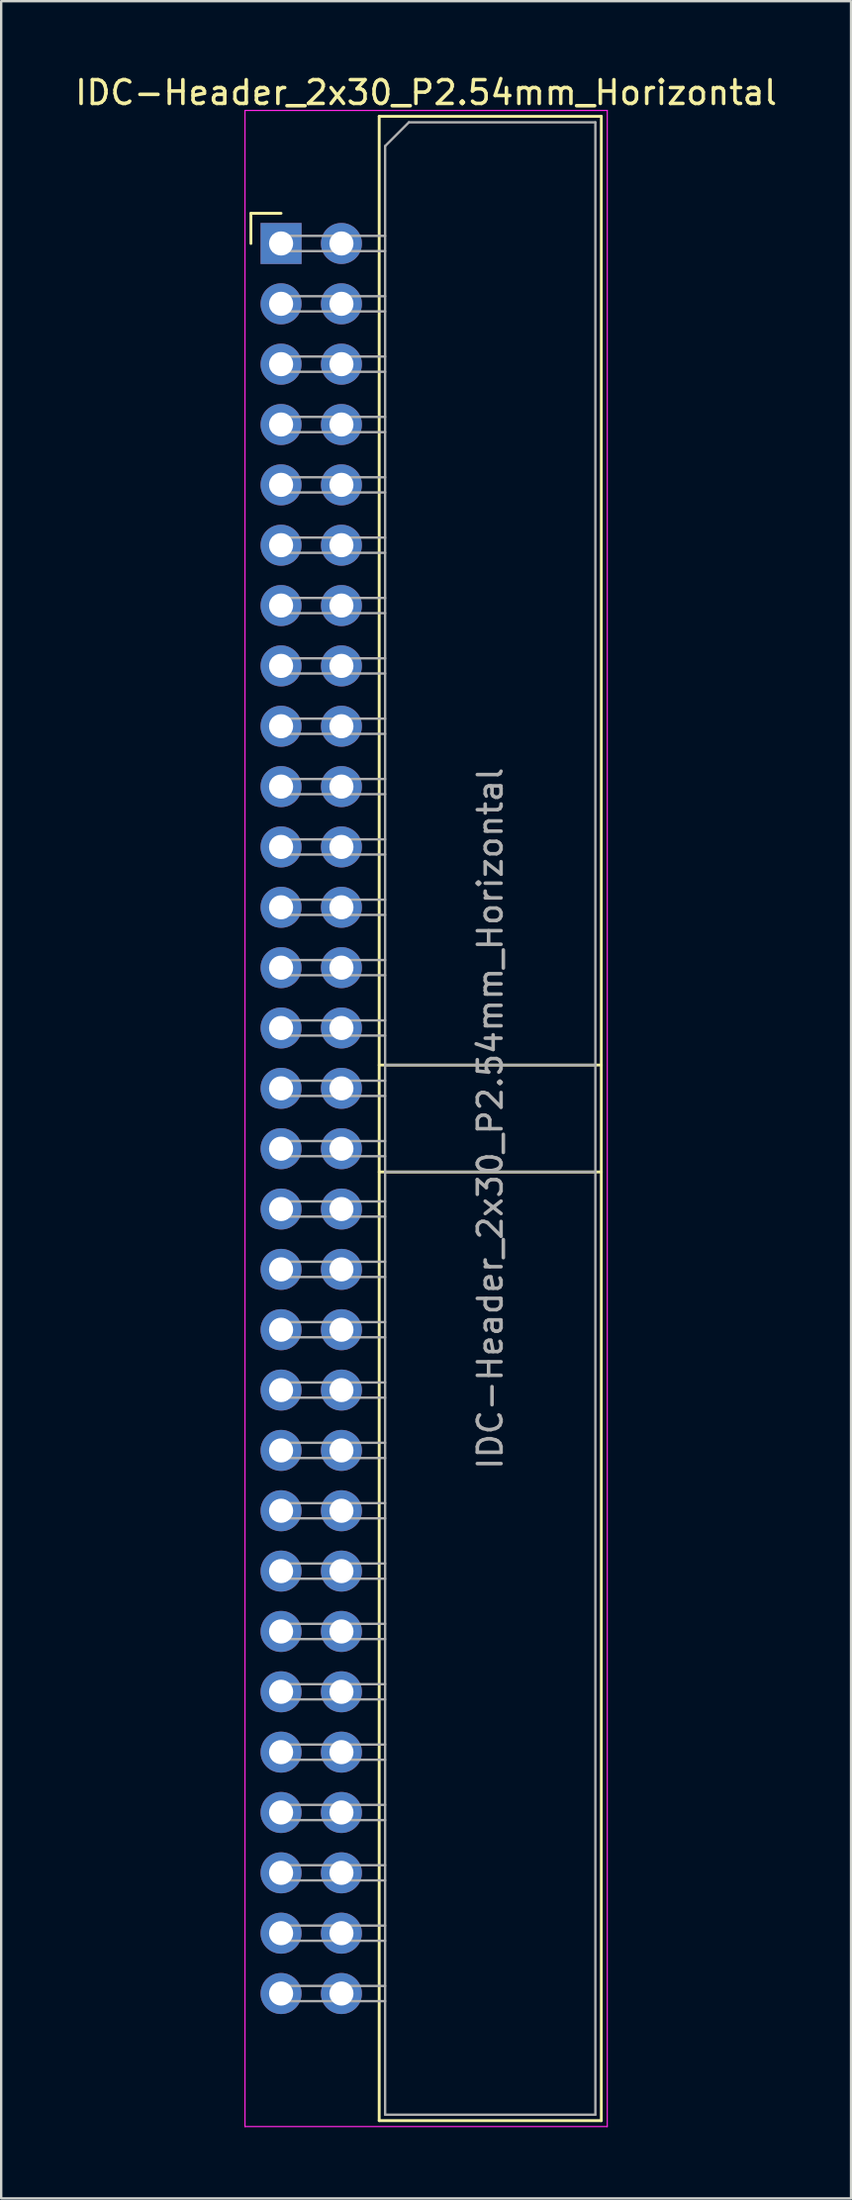
<source format=kicad_pcb>
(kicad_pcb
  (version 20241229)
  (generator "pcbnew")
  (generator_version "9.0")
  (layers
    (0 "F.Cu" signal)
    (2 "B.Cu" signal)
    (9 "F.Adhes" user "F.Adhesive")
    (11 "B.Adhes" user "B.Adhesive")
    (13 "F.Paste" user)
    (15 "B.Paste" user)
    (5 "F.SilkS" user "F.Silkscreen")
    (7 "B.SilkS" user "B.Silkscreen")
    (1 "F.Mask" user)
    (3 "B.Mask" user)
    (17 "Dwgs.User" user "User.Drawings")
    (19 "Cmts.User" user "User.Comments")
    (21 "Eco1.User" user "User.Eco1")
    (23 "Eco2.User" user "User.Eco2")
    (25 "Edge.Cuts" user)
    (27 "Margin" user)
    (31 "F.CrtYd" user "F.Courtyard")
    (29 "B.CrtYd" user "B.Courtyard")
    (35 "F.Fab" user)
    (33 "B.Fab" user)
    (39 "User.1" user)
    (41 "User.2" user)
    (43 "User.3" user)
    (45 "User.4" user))
  (footprint "IDC-Header_2x30_P2.54mm_Horizontal"
    (layer "F.Cu")
    (at 8.782 7.198)
    (property "Reference" "IDC-Header_2x30_P2.54mm_Horizontal" (at 6.105 -6.35 0) (layer "F.SilkS") (effects (font (size 1 1) (thickness 0.15))))
    (attr through_hole)
    (fp_line (start -1.27 -1.27) (end -1.27 0) (stroke (width 0.12) (type solid)) (layer "F.SilkS"))
    (fp_line (start 0 -1.27) (end -1.27 -1.27) (stroke (width 0.12) (type solid)) (layer "F.SilkS"))
    (fp_line (start 4.13 -5.35) (end 13.48 -5.35) (stroke (width 0.12) (type solid)) (layer "F.SilkS"))
    (fp_line (start 4.13 34.58) (end 13.48 34.58) (stroke (width 0.12) (type solid)) (layer "F.SilkS"))
    (fp_line (start 4.13 39.08) (end 13.48 39.08) (stroke (width 0.12) (type solid)) (layer "F.SilkS"))
    (fp_line (start 4.13 79.01) (end 4.13 -5.35) (stroke (width 0.12) (type solid)) (layer "F.SilkS"))
    (fp_line (start 4.13 79.01) (end 13.48 79.01) (stroke (width 0.12) (type solid)) (layer "F.SilkS"))
    (fp_line (start 13.48 -5.35) (end 13.48 79.01) (stroke (width 0.12) (type solid)) (layer "F.SilkS"))
    (fp_line (start -1.52 -5.6) (end 13.73 -5.6) (stroke (width 0.05) (type solid)) (layer "F.CrtYd"))
    (fp_line (start -1.52 79.26) (end -1.52 -5.6) (stroke (width 0.05) (type solid)) (layer "F.CrtYd"))
    (fp_line (start 13.73 -5.6) (end 13.73 79.26) (stroke (width 0.05) (type solid)) (layer "F.CrtYd"))
    (fp_line (start 13.73 79.26) (end -1.52 79.26) (stroke (width 0.05) (type solid)) (layer "F.CrtYd"))
    (fp_line (start -0.32 -0.32) (end -0.32 0.32) (stroke (width 0.1) (type solid)) (layer "F.Fab"))
    (fp_line (start -0.32 0.32) (end 4.38 0.32) (stroke (width 0.1) (type solid)) (layer "F.Fab"))
    (fp_line (start -0.32 2.22) (end -0.32 2.86) (stroke (width 0.1) (type solid)) (layer "F.Fab"))
    (fp_line (start -0.32 2.86) (end 4.38 2.86) (stroke (width 0.1) (type solid)) (layer "F.Fab"))
    (fp_line (start -0.32 4.76) (end -0.32 5.4) (stroke (width 0.1) (type solid)) (layer "F.Fab"))
    (fp_line (start -0.32 5.4) (end 4.38 5.4) (stroke (width 0.1) (type solid)) (layer "F.Fab"))
    (fp_line (start -0.32 7.3) (end -0.32 7.94) (stroke (width 0.1) (type solid)) (layer "F.Fab"))
    (fp_line (start -0.32 7.94) (end 4.38 7.94) (stroke (width 0.1) (type solid)) (layer "F.Fab"))
    (fp_line (start -0.32 9.84) (end -0.32 10.48) (stroke (width 0.1) (type solid)) (layer "F.Fab"))
    (fp_line (start -0.32 10.48) (end 4.38 10.48) (stroke (width 0.1) (type solid)) (layer "F.Fab"))
    (fp_line (start -0.32 12.38) (end -0.32 13.02) (stroke (width 0.1) (type solid)) (layer "F.Fab"))
    (fp_line (start -0.32 13.02) (end 4.38 13.02) (stroke (width 0.1) (type solid)) (layer "F.Fab"))
    (fp_line (start -0.32 14.92) (end -0.32 15.56) (stroke (width 0.1) (type solid)) (layer "F.Fab"))
    (fp_line (start -0.32 15.56) (end 4.38 15.56) (stroke (width 0.1) (type solid)) (layer "F.Fab"))
    (fp_line (start -0.32 17.46) (end -0.32 18.1) (stroke (width 0.1) (type solid)) (layer "F.Fab"))
    (fp_line (start -0.32 18.1) (end 4.38 18.1) (stroke (width 0.1) (type solid)) (layer "F.Fab"))
    (fp_line (start -0.32 20) (end -0.32 20.64) (stroke (width 0.1) (type solid)) (layer "F.Fab"))
    (fp_line (start -0.32 20.64) (end 4.38 20.64) (stroke (width 0.1) (type solid)) (layer "F.Fab"))
    (fp_line (start -0.32 22.54) (end -0.32 23.18) (stroke (width 0.1) (type solid)) (layer "F.Fab"))
    (fp_line (start -0.32 23.18) (end 4.38 23.18) (stroke (width 0.1) (type solid)) (layer "F.Fab"))
    (fp_line (start -0.32 25.08) (end -0.32 25.72) (stroke (width 0.1) (type solid)) (layer "F.Fab"))
    (fp_line (start -0.32 25.72) (end 4.38 25.72) (stroke (width 0.1) (type solid)) (layer "F.Fab"))
    (fp_line (start -0.32 27.62) (end -0.32 28.26) (stroke (width 0.1) (type solid)) (layer "F.Fab"))
    (fp_line (start -0.32 28.26) (end 4.38 28.26) (stroke (width 0.1) (type solid)) (layer "F.Fab"))
    (fp_line (start -0.32 30.16) (end -0.32 30.8) (stroke (width 0.1) (type solid)) (layer "F.Fab"))
    (fp_line (start -0.32 30.8) (end 4.38 30.8) (stroke (width 0.1) (type solid)) (layer "F.Fab"))
    (fp_line (start -0.32 32.7) (end -0.32 33.34) (stroke (width 0.1) (type solid)) (layer "F.Fab"))
    (fp_line (start -0.32 33.34) (end 4.38 33.34) (stroke (width 0.1) (type solid)) (layer "F.Fab"))
    (fp_line (start -0.32 35.24) (end -0.32 35.88) (stroke (width 0.1) (type solid)) (layer "F.Fab"))
    (fp_line (start -0.32 35.88) (end 4.38 35.88) (stroke (width 0.1) (type solid)) (layer "F.Fab"))
    (fp_line (start -0.32 37.78) (end -0.32 38.42) (stroke (width 0.1) (type solid)) (layer "F.Fab"))
    (fp_line (start -0.32 38.42) (end 4.38 38.42) (stroke (width 0.1) (type solid)) (layer "F.Fab"))
    (fp_line (start -0.32 40.32) (end -0.32 40.96) (stroke (width 0.1) (type solid)) (layer "F.Fab"))
    (fp_line (start -0.32 40.32) (end -0.32 40.96) (stroke (width 0.1) (type solid)) (layer "F.Fab"))
    (fp_line (start -0.32 40.96) (end 4.38 40.96) (stroke (width 0.1) (type solid)) (layer "F.Fab"))
    (fp_line (start -0.32 42.86) (end -0.32 43.5) (stroke (width 0.1) (type solid)) (layer "F.Fab"))
    (fp_line (start -0.32 42.86) (end -0.32 43.5) (stroke (width 0.1) (type solid)) (layer "F.Fab"))
    (fp_line (start -0.32 43.5) (end 4.38 43.5) (stroke (width 0.1) (type solid)) (layer "F.Fab"))
    (fp_line (start -0.32 45.4) (end -0.32 46.04) (stroke (width 0.1) (type solid)) (layer "F.Fab"))
    (fp_line (start -0.32 45.4) (end -0.32 46.04) (stroke (width 0.1) (type solid)) (layer "F.Fab"))
    (fp_line (start -0.32 46.04) (end 4.38 46.04) (stroke (width 0.1) (type solid)) (layer "F.Fab"))
    (fp_line (start -0.32 47.94) (end -0.32 48.58) (stroke (width 0.1) (type solid)) (layer "F.Fab"))
    (fp_line (start -0.32 47.94) (end -0.32 48.58) (stroke (width 0.1) (type solid)) (layer "F.Fab"))
    (fp_line (start -0.32 48.58) (end 4.38 48.58) (stroke (width 0.1) (type solid)) (layer "F.Fab"))
    (fp_line (start -0.32 50.48) (end -0.32 51.12) (stroke (width 0.1) (type solid)) (layer "F.Fab"))
    (fp_line (start -0.32 50.48) (end -0.32 51.12) (stroke (width 0.1) (type solid)) (layer "F.Fab"))
    (fp_line (start -0.32 51.12) (end 4.38 51.12) (stroke (width 0.1) (type solid)) (layer "F.Fab"))
    (fp_line (start -0.32 53.02) (end -0.32 53.66) (stroke (width 0.1) (type solid)) (layer "F.Fab"))
    (fp_line (start -0.32 53.02) (end -0.32 53.66) (stroke (width 0.1) (type solid)) (layer "F.Fab"))
    (fp_line (start -0.32 53.66) (end 4.38 53.66) (stroke (width 0.1) (type solid)) (layer "F.Fab"))
    (fp_line (start -0.32 55.56) (end -0.32 56.2) (stroke (width 0.1) (type solid)) (layer "F.Fab"))
    (fp_line (start -0.32 55.56) (end -0.32 56.2) (stroke (width 0.1) (type solid)) (layer "F.Fab"))
    (fp_line (start -0.32 56.2) (end 4.38 56.2) (stroke (width 0.1) (type solid)) (layer "F.Fab"))
    (fp_line (start -0.32 58.1) (end -0.32 58.74) (stroke (width 0.1) (type solid)) (layer "F.Fab"))
    (fp_line (start -0.32 58.1) (end -0.32 58.74) (stroke (width 0.1) (type solid)) (layer "F.Fab"))
    (fp_line (start -0.32 58.74) (end 4.38 58.74) (stroke (width 0.1) (type solid)) (layer "F.Fab"))
    (fp_line (start -0.32 60.64) (end -0.32 61.28) (stroke (width 0.1) (type solid)) (layer "F.Fab"))
    (fp_line (start -0.32 60.64) (end -0.32 61.28) (stroke (width 0.1) (type solid)) (layer "F.Fab"))
    (fp_line (start -0.32 61.28) (end 4.38 61.28) (stroke (width 0.1) (type solid)) (layer "F.Fab"))
    (fp_line (start -0.32 63.18) (end -0.32 63.82) (stroke (width 0.1) (type solid)) (layer "F.Fab"))
    (fp_line (start -0.32 63.18) (end -0.32 63.82) (stroke (width 0.1) (type solid)) (layer "F.Fab"))
    (fp_line (start -0.32 63.82) (end 4.38 63.82) (stroke (width 0.1) (type solid)) (layer "F.Fab"))
    (fp_line (start -0.32 65.72) (end -0.32 66.36) (stroke (width 0.1) (type solid)) (layer "F.Fab"))
    (fp_line (start -0.32 65.72) (end -0.32 66.36) (stroke (width 0.1) (type solid)) (layer "F.Fab"))
    (fp_line (start -0.32 66.36) (end 4.38 66.36) (stroke (width 0.1) (type solid)) (layer "F.Fab"))
    (fp_line (start -0.32 68.26) (end -0.32 68.9) (stroke (width 0.1) (type solid)) (layer "F.Fab"))
    (fp_line (start -0.32 68.26) (end -0.32 68.9) (stroke (width 0.1) (type solid)) (layer "F.Fab"))
    (fp_line (start -0.32 68.9) (end 4.38 68.9) (stroke (width 0.1) (type solid)) (layer "F.Fab"))
    (fp_line (start -0.32 70.8) (end -0.32 71.44) (stroke (width 0.1) (type solid)) (layer "F.Fab"))
    (fp_line (start -0.32 70.8) (end -0.32 71.44) (stroke (width 0.1) (type solid)) (layer "F.Fab"))
    (fp_line (start -0.32 71.44) (end 4.38 71.44) (stroke (width 0.1) (type solid)) (layer "F.Fab"))
    (fp_line (start -0.32 73.34) (end -0.32 73.98) (stroke (width 0.1) (type solid)) (layer "F.Fab"))
    (fp_line (start -0.32 73.34) (end -0.32 73.98) (stroke (width 0.1) (type solid)) (layer "F.Fab"))
    (fp_line (start -0.32 73.98) (end 4.38 73.98) (stroke (width 0.1) (type solid)) (layer "F.Fab"))
    (fp_line (start 4.38 -4.1) (end 5.38 -5.1) (stroke (width 0.1) (type solid)) (layer "F.Fab"))
    (fp_line (start 4.38 -0.32) (end -0.32 -0.32) (stroke (width 0.1) (type solid)) (layer "F.Fab"))
    (fp_line (start 4.38 2.22) (end -0.32 2.22) (stroke (width 0.1) (type solid)) (layer "F.Fab"))
    (fp_line (start 4.38 4.76) (end -0.32 4.76) (stroke (width 0.1) (type solid)) (layer "F.Fab"))
    (fp_line (start 4.38 7.3) (end -0.32 7.3) (stroke (width 0.1) (type solid)) (layer "F.Fab"))
    (fp_line (start 4.38 9.84) (end -0.32 9.84) (stroke (width 0.1) (type solid)) (layer "F.Fab"))
    (fp_line (start 4.38 12.38) (end -0.32 12.38) (stroke (width 0.1) (type solid)) (layer "F.Fab"))
    (fp_line (start 4.38 14.92) (end -0.32 14.92) (stroke (width 0.1) (type solid)) (layer "F.Fab"))
    (fp_line (start 4.38 17.46) (end -0.32 17.46) (stroke (width 0.1) (type solid)) (layer "F.Fab"))
    (fp_line (start 4.38 20) (end -0.32 20) (stroke (width 0.1) (type solid)) (layer "F.Fab"))
    (fp_line (start 4.38 22.54) (end -0.32 22.54) (stroke (width 0.1) (type solid)) (layer "F.Fab"))
    (fp_line (start 4.38 25.08) (end -0.32 25.08) (stroke (width 0.1) (type solid)) (layer "F.Fab"))
    (fp_line (start 4.38 27.62) (end -0.32 27.62) (stroke (width 0.1) (type solid)) (layer "F.Fab"))
    (fp_line (start 4.38 30.16) (end -0.32 30.16) (stroke (width 0.1) (type solid)) (layer "F.Fab"))
    (fp_line (start 4.38 32.7) (end -0.32 32.7) (stroke (width 0.1) (type solid)) (layer "F.Fab"))
    (fp_line (start 4.38 34.58) (end 13.23 34.58) (stroke (width 0.1) (type solid)) (layer "F.Fab"))
    (fp_line (start 4.38 35.24) (end -0.32 35.24) (stroke (width 0.1) (type solid)) (layer "F.Fab"))
    (fp_line (start 4.38 37.78) (end -0.32 37.78) (stroke (width 0.1) (type solid)) (layer "F.Fab"))
    (fp_line (start 4.38 39.08) (end 13.23 39.08) (stroke (width 0.1) (type solid)) (layer "F.Fab"))
    (fp_line (start 4.38 40.32) (end -0.32 40.32) (stroke (width 0.1) (type solid)) (layer "F.Fab"))
    (fp_line (start 4.38 42.86) (end -0.32 42.86) (stroke (width 0.1) (type solid)) (layer "F.Fab"))
    (fp_line (start 4.38 45.4) (end -0.32 45.4) (stroke (width 0.1) (type solid)) (layer "F.Fab"))
    (fp_line (start 4.38 47.94) (end -0.32 47.94) (stroke (width 0.1) (type solid)) (layer "F.Fab"))
    (fp_line (start 4.38 50.48) (end -0.32 50.48) (stroke (width 0.1) (type solid)) (layer "F.Fab"))
    (fp_line (start 4.38 53.02) (end -0.32 53.02) (stroke (width 0.1) (type solid)) (layer "F.Fab"))
    (fp_line (start 4.38 55.56) (end -0.32 55.56) (stroke (width 0.1) (type solid)) (layer "F.Fab"))
    (fp_line (start 4.38 58.1) (end -0.32 58.1) (stroke (width 0.1) (type solid)) (layer "F.Fab"))
    (fp_line (start 4.38 60.64) (end -0.32 60.64) (stroke (width 0.1) (type solid)) (layer "F.Fab"))
    (fp_line (start 4.38 63.18) (end -0.32 63.18) (stroke (width 0.1) (type solid)) (layer "F.Fab"))
    (fp_line (start 4.38 65.72) (end -0.32 65.72) (stroke (width 0.1) (type solid)) (layer "F.Fab"))
    (fp_line (start 4.38 68.26) (end -0.32 68.26) (stroke (width 0.1) (type solid)) (layer "F.Fab"))
    (fp_line (start 4.38 70.8) (end -0.32 70.8) (stroke (width 0.1) (type solid)) (layer "F.Fab"))
    (fp_line (start 4.38 73.34) (end -0.32 73.34) (stroke (width 0.1) (type solid)) (layer "F.Fab"))
    (fp_line (start 4.38 78.76) (end 4.38 -4.1) (stroke (width 0.1) (type solid)) (layer "F.Fab"))
    (fp_line (start 4.38 78.76) (end 13.23 78.76) (stroke (width 0.1) (type solid)) (layer "F.Fab"))
    (fp_line (start 5.38 -5.1) (end 13.23 -5.1) (stroke (width 0.1) (type solid)) (layer "F.Fab"))
    (fp_line (start 13.23 78.76) (end 13.23 -5.1) (stroke (width 0.1) (type solid)) (layer "F.Fab"))
    (fp_text user "${REFERENCE}" (at 8.805 36.83 90) (layer "F.Fab") (effects (font (size 1 1) (thickness 0.15))))
    (pad "1" thru_hole rect (at 0 0) (size 1.727 1.727) (drill 1.016) (layers "*.Cu" "*.Mask"))
    (pad "2" thru_hole oval (at 2.54 0) (size 1.727 1.727) (drill 1.016) (layers "*.Cu" "*.Mask"))
    (pad "3" thru_hole oval (at 0 2.54) (size 1.727 1.727) (drill 1.016) (layers "*.Cu" "*.Mask"))
    (pad "4" thru_hole oval (at 2.54 2.54) (size 1.727 1.727) (drill 1.016) (layers "*.Cu" "*.Mask"))
    (pad "5" thru_hole oval (at 0 5.08) (size 1.727 1.727) (drill 1.016) (layers "*.Cu" "*.Mask"))
    (pad "6" thru_hole oval (at 2.54 5.08) (size 1.727 1.727) (drill 1.016) (layers "*.Cu" "*.Mask"))
    (pad "7" thru_hole oval (at 0 7.62) (size 1.727 1.727) (drill 1.016) (layers "*.Cu" "*.Mask"))
    (pad "8" thru_hole oval (at 2.54 7.62) (size 1.727 1.727) (drill 1.016) (layers "*.Cu" "*.Mask"))
    (pad "9" thru_hole oval (at 0 10.16) (size 1.727 1.727) (drill 1.016) (layers "*.Cu" "*.Mask"))
    (pad "10" thru_hole oval (at 2.54 10.16) (size 1.727 1.727) (drill 1.016) (layers "*.Cu" "*.Mask"))
    (pad "11" thru_hole oval (at 0 12.7) (size 1.727 1.727) (drill 1.016) (layers "*.Cu" "*.Mask"))
    (pad "12" thru_hole oval (at 2.54 12.7) (size 1.727 1.727) (drill 1.016) (layers "*.Cu" "*.Mask"))
    (pad "13" thru_hole oval (at 0 15.24) (size 1.727 1.727) (drill 1.016) (layers "*.Cu" "*.Mask"))
    (pad "14" thru_hole oval (at 2.54 15.24) (size 1.727 1.727) (drill 1.016) (layers "*.Cu" "*.Mask"))
    (pad "15" thru_hole oval (at 0 17.78) (size 1.727 1.727) (drill 1.016) (layers "*.Cu" "*.Mask"))
    (pad "16" thru_hole oval (at 2.54 17.78) (size 1.727 1.727) (drill 1.016) (layers "*.Cu" "*.Mask"))
    (pad "17" thru_hole oval (at 0 20.32) (size 1.727 1.727) (drill 1.016) (layers "*.Cu" "*.Mask"))
    (pad "18" thru_hole oval (at 2.54 20.32) (size 1.727 1.727) (drill 1.016) (layers "*.Cu" "*.Mask"))
    (pad "19" thru_hole oval (at 0 22.86) (size 1.727 1.727) (drill 1.016) (layers "*.Cu" "*.Mask"))
    (pad "20" thru_hole oval (at 2.54 22.86) (size 1.727 1.727) (drill 1.016) (layers "*.Cu" "*.Mask"))
    (pad "21" thru_hole oval (at 0 25.4) (size 1.727 1.727) (drill 1.016) (layers "*.Cu" "*.Mask"))
    (pad "22" thru_hole oval (at 2.54 25.4) (size 1.727 1.727) (drill 1.016) (layers "*.Cu" "*.Mask"))
    (pad "23" thru_hole oval (at 0 27.94) (size 1.727 1.727) (drill 1.016) (layers "*.Cu" "*.Mask"))
    (pad "24" thru_hole oval (at 2.54 27.94) (size 1.727 1.727) (drill 1.016) (layers "*.Cu" "*.Mask"))
    (pad "25" thru_hole oval (at 0 30.48) (size 1.727 1.727) (drill 1.016) (layers "*.Cu" "*.Mask"))
    (pad "26" thru_hole oval (at 2.54 30.48) (size 1.727 1.727) (drill 1.016) (layers "*.Cu" "*.Mask"))
    (pad "27" thru_hole oval (at 0 33.02) (size 1.727 1.727) (drill 1.016) (layers "*.Cu" "*.Mask"))
    (pad "28" thru_hole oval (at 2.54 33.02) (size 1.727 1.727) (drill 1.016) (layers "*.Cu" "*.Mask"))
    (pad "29" thru_hole oval (at 0 35.56) (size 1.727 1.727) (drill 1.016) (layers "*.Cu" "*.Mask"))
    (pad "30" thru_hole oval (at 2.54 35.56) (size 1.727 1.727) (drill 1.016) (layers "*.Cu" "*.Mask"))
    (pad "31" thru_hole oval (at 0 38.1) (size 1.727 1.727) (drill 1.016) (layers "*.Cu" "*.Mask"))
    (pad "32" thru_hole oval (at 2.54 38.1) (size 1.727 1.727) (drill 1.016) (layers "*.Cu" "*.Mask"))
    (pad "33" thru_hole oval (at 0 40.64) (size 1.727 1.727) (drill 1.016) (layers "*.Cu" "*.Mask"))
    (pad "34" thru_hole oval (at 2.54 40.64) (size 1.727 1.727) (drill 1.016) (layers "*.Cu" "*.Mask"))
    (pad "35" thru_hole oval (at 0 43.18) (size 1.727 1.727) (drill 1.016) (layers "*.Cu" "*.Mask"))
    (pad "36" thru_hole oval (at 2.54 43.18) (size 1.727 1.727) (drill 1.016) (layers "*.Cu" "*.Mask"))
    (pad "37" thru_hole oval (at 0 45.72) (size 1.727 1.727) (drill 1.016) (layers "*.Cu" "*.Mask"))
    (pad "38" thru_hole oval (at 2.54 45.72) (size 1.727 1.727) (drill 1.016) (layers "*.Cu" "*.Mask"))
    (pad "39" thru_hole oval (at 0 48.26) (size 1.727 1.727) (drill 1.016) (layers "*.Cu" "*.Mask"))
    (pad "40" thru_hole oval (at 2.54 48.26) (size 1.727 1.727) (drill 1.016) (layers "*.Cu" "*.Mask"))
    (pad "41" thru_hole oval (at 0 50.8) (size 1.727 1.727) (drill 1.016) (layers "*.Cu" "*.Mask"))
    (pad "42" thru_hole oval (at 2.54 50.8) (size 1.727 1.727) (drill 1.016) (layers "*.Cu" "*.Mask"))
    (pad "43" thru_hole oval (at 0 53.34) (size 1.727 1.727) (drill 1.016) (layers "*.Cu" "*.Mask"))
    (pad "44" thru_hole oval (at 2.54 53.34) (size 1.727 1.727) (drill 1.016) (layers "*.Cu" "*.Mask"))
    (pad "45" thru_hole oval (at 0 55.88) (size 1.727 1.727) (drill 1.016) (layers "*.Cu" "*.Mask"))
    (pad "46" thru_hole oval (at 2.54 55.88) (size 1.727 1.727) (drill 1.016) (layers "*.Cu" "*.Mask"))
    (pad "47" thru_hole oval (at 0 58.42) (size 1.727 1.727) (drill 1.016) (layers "*.Cu" "*.Mask"))
    (pad "48" thru_hole oval (at 2.54 58.42) (size 1.727 1.727) (drill 1.016) (layers "*.Cu" "*.Mask"))
    (pad "49" thru_hole oval (at 0 60.96) (size 1.727 1.727) (drill 1.016) (layers "*.Cu" "*.Mask"))
    (pad "50" thru_hole oval (at 2.54 60.96) (size 1.727 1.727) (drill 1.016) (layers "*.Cu" "*.Mask"))
    (pad "51" thru_hole oval (at 0 63.5) (size 1.727 1.727) (drill 1.016) (layers "*.Cu" "*.Mask"))
    (pad "52" thru_hole oval (at 2.54 63.5) (size 1.727 1.727) (drill 1.016) (layers "*.Cu" "*.Mask"))
    (pad "53" thru_hole oval (at 0 66.04) (size 1.727 1.727) (drill 1.016) (layers "*.Cu" "*.Mask"))
    (pad "54" thru_hole oval (at 2.54 66.04) (size 1.727 1.727) (drill 1.016) (layers "*.Cu" "*.Mask"))
    (pad "55" thru_hole oval (at 0 68.58) (size 1.727 1.727) (drill 1.016) (layers "*.Cu" "*.Mask"))
    (pad "56" thru_hole oval (at 2.54 68.58) (size 1.727 1.727) (drill 1.016) (layers "*.Cu" "*.Mask"))
    (pad "57" thru_hole oval (at 0 71.12) (size 1.727 1.727) (drill 1.016) (layers "*.Cu" "*.Mask"))
    (pad "58" thru_hole oval (at 2.54 71.12) (size 1.727 1.727) (drill 1.016) (layers "*.Cu" "*.Mask"))
    (pad "59" thru_hole oval (at 0 73.66) (size 1.727 1.727) (drill 1.016) (layers "*.Cu" "*.Mask"))
    (pad "60" thru_hole oval (at 2.54 73.66) (size 1.727 1.727) (drill 1.016) (layers "*.Cu" "*.Mask")))
  (gr_rect
    (start -3 -3)
    (end 32.774 89.483)
    (stroke (width 0.1) (type default))
    (fill no)
    (layer "Edge.Cuts")))
</source>
